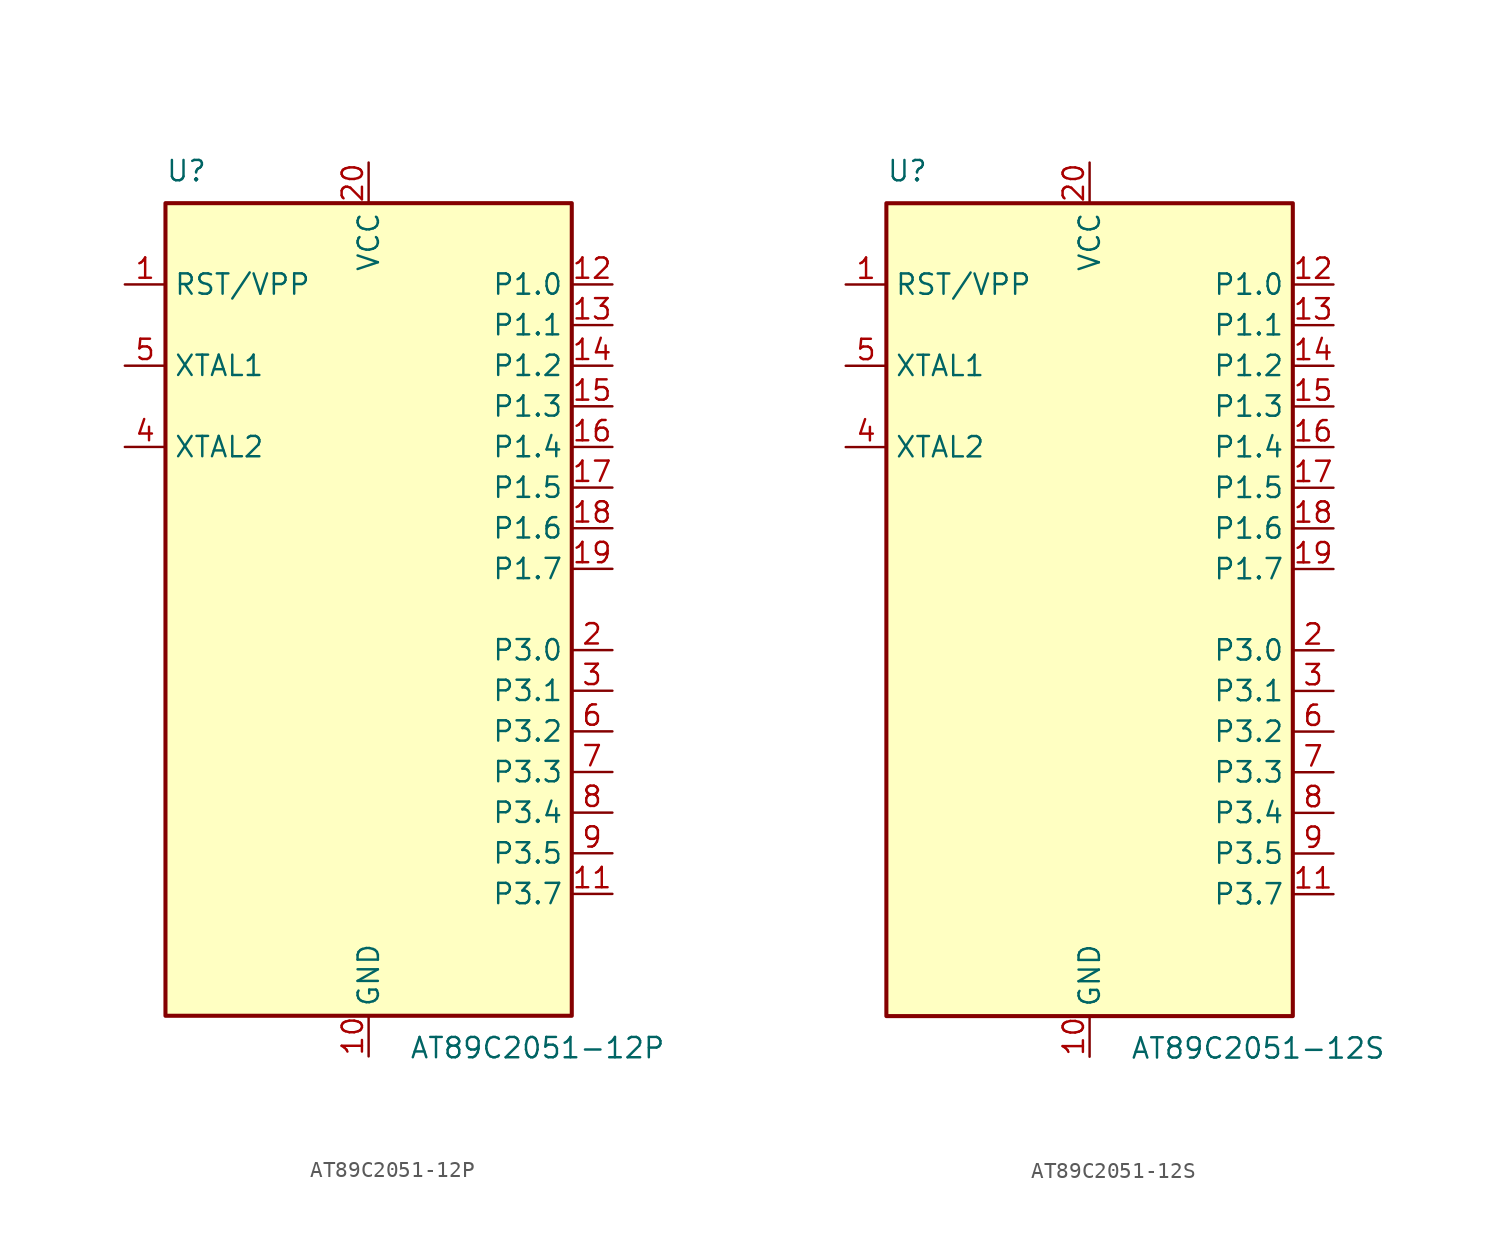
<source format=kicad_sym>
(kicad_symbol_lib
  (version 20241209)
  (generator "kicad_symbol_editor")
  (generator_version "9.0")
  (symbol "AT89C2051-12P"
    (property "Reference" "U"
      (at -12.7 26.67 0)
      (effects (font (size 1.27 1.27)) (justify left bottom)))
    (property "Value" "AT89C2051-12P"
      (at 2.54 -26.67 0)
      (effects (font (size 1.27 1.27)) (justify left top)))
    (symbol "AT89C2051-12P_0_1"
      (rectangle (start -12.7 -25.4) (end 12.7 25.4) (stroke (width 0.254) (type default)) (fill (type background))))
    (symbol "AT89C2051-12P_1_1"
      (pin input line (at -15.24 20.32 0) (length 2.54) (name "RST/VPP" (effects (font (size 1.27 1.27)))) (number "1" (effects (font (size 1.27 1.27)))))
      (pin input line (at -15.24 15.24 0) (length 2.54) (name "XTAL1" (effects (font (size 1.27 1.27)))) (number "5" (effects (font (size 1.27 1.27)))))
      (pin output line (at -15.24 10.16 0) (length 2.54) (name "XTAL2" (effects (font (size 1.27 1.27)))) (number "4" (effects (font (size 1.27 1.27)))))
      (pin power_in line (at 0 27.94 270) (length 2.54) (name "VCC" (effects (font (size 1.27 1.27)))) (number "20" (effects (font (size 1.27 1.27)))))
      (pin power_in line (at 0 -27.94 90) (length 2.54) (name "GND" (effects (font (size 1.27 1.27)))) (number "10" (effects (font (size 1.27 1.27)))))
      (pin bidirectional line (at 15.24 20.32 180) (length 2.54) (name "P1.0" (effects (font (size 1.27 1.27)))) (number "12" (effects (font (size 1.27 1.27)))))
      (pin bidirectional line (at 15.24 17.78 180) (length 2.54) (name "P1.1" (effects (font (size 1.27 1.27)))) (number "13" (effects (font (size 1.27 1.27)))))
      (pin bidirectional line (at 15.24 15.24 180) (length 2.54) (name "P1.2" (effects (font (size 1.27 1.27)))) (number "14" (effects (font (size 1.27 1.27)))))
      (pin bidirectional line (at 15.24 12.7 180) (length 2.54) (name "P1.3" (effects (font (size 1.27 1.27)))) (number "15" (effects (font (size 1.27 1.27)))))
      (pin bidirectional line (at 15.24 10.16 180) (length 2.54) (name "P1.4" (effects (font (size 1.27 1.27)))) (number "16" (effects (font (size 1.27 1.27)))))
      (pin bidirectional line (at 15.24 7.62 180) (length 2.54) (name "P1.5" (effects (font (size 1.27 1.27)))) (number "17" (effects (font (size 1.27 1.27)))))
      (pin bidirectional line (at 15.24 5.08 180) (length 2.54) (name "P1.6" (effects (font (size 1.27 1.27)))) (number "18" (effects (font (size 1.27 1.27)))))
      (pin bidirectional line (at 15.24 2.54 180) (length 2.54) (name "P1.7" (effects (font (size 1.27 1.27)))) (number "19" (effects (font (size 1.27 1.27)))))
      (pin bidirectional line (at 15.24 -2.54 180) (length 2.54) (name "P3.0" (effects (font (size 1.27 1.27)))) (number "2" (effects (font (size 1.27 1.27)))))
      (pin bidirectional line (at 15.24 -5.08 180) (length 2.54) (name "P3.1" (effects (font (size 1.27 1.27)))) (number "3" (effects (font (size 1.27 1.27)))))
      (pin bidirectional line (at 15.24 -7.62 180) (length 2.54) (name "P3.2" (effects (font (size 1.27 1.27)))) (number "6" (effects (font (size 1.27 1.27)))))
      (pin bidirectional line (at 15.24 -10.16 180) (length 2.54) (name "P3.3" (effects (font (size 1.27 1.27)))) (number "7" (effects (font (size 1.27 1.27)))))
      (pin bidirectional line (at 15.24 -12.7 180) (length 2.54) (name "P3.4" (effects (font (size 1.27 1.27)))) (number "8" (effects (font (size 1.27 1.27)))))
      (pin bidirectional line (at 15.24 -15.24 180) (length 2.54) (name "P3.5" (effects (font (size 1.27 1.27)))) (number "9" (effects (font (size 1.27 1.27)))))
      (pin bidirectional line (at 15.24 -17.78 180) (length 2.54) (name "P3.7" (effects (font (size 1.27 1.27)))) (number "11" (effects (font (size 1.27 1.27)))))))
  (symbol "AT89C2051-12S"
    (property "Reference" "U"
      (at -12.7 26.67 0)
      (effects (font (size 1.27 1.27)) (justify left bottom)))
    (property "Value" "AT89C2051-12S"
      (at 2.54 -26.67 0)
      (effects (font (size 1.27 1.27)) (justify left top)))
    (symbol "AT89C2051-12S_0_1"
      (rectangle (start -12.7 -25.4) (end 12.7 25.4) (stroke (width 0.254) (type default)) (fill (type background))))
    (symbol "AT89C2051-12S_1_1"
      (pin input line (at -15.24 20.32 0) (length 2.54) (name "RST/VPP" (effects (font (size 1.27 1.27)))) (number "1" (effects (font (size 1.27 1.27)))))
      (pin input line (at -15.24 15.24 0) (length 2.54) (name "XTAL1" (effects (font (size 1.27 1.27)))) (number "5" (effects (font (size 1.27 1.27)))))
      (pin output line (at -15.24 10.16 0) (length 2.54) (name "XTAL2" (effects (font (size 1.27 1.27)))) (number "4" (effects (font (size 1.27 1.27)))))
      (pin power_in line (at 0 27.94 270) (length 2.54) (name "VCC" (effects (font (size 1.27 1.27)))) (number "20" (effects (font (size 1.27 1.27)))))
      (pin power_in line (at 0 -27.94 90) (length 2.54) (name "GND" (effects (font (size 1.27 1.27)))) (number "10" (effects (font (size 1.27 1.27)))))
      (pin bidirectional line (at 15.24 20.32 180) (length 2.54) (name "P1.0" (effects (font (size 1.27 1.27)))) (number "12" (effects (font (size 1.27 1.27)))))
      (pin bidirectional line (at 15.24 17.78 180) (length 2.54) (name "P1.1" (effects (font (size 1.27 1.27)))) (number "13" (effects (font (size 1.27 1.27)))))
      (pin bidirectional line (at 15.24 15.24 180) (length 2.54) (name "P1.2" (effects (font (size 1.27 1.27)))) (number "14" (effects (font (size 1.27 1.27)))))
      (pin bidirectional line (at 15.24 12.7 180) (length 2.54) (name "P1.3" (effects (font (size 1.27 1.27)))) (number "15" (effects (font (size 1.27 1.27)))))
      (pin bidirectional line (at 15.24 10.16 180) (length 2.54) (name "P1.4" (effects (font (size 1.27 1.27)))) (number "16" (effects (font (size 1.27 1.27)))))
      (pin bidirectional line (at 15.24 7.62 180) (length 2.54) (name "P1.5" (effects (font (size 1.27 1.27)))) (number "17" (effects (font (size 1.27 1.27)))))
      (pin bidirectional line (at 15.24 5.08 180) (length 2.54) (name "P1.6" (effects (font (size 1.27 1.27)))) (number "18" (effects (font (size 1.27 1.27)))))
      (pin bidirectional line (at 15.24 2.54 180) (length 2.54) (name "P1.7" (effects (font (size 1.27 1.27)))) (number "19" (effects (font (size 1.27 1.27)))))
      (pin bidirectional line (at 15.24 -2.54 180) (length 2.54) (name "P3.0" (effects (font (size 1.27 1.27)))) (number "2" (effects (font (size 1.27 1.27)))))
      (pin bidirectional line (at 15.24 -5.08 180) (length 2.54) (name "P3.1" (effects (font (size 1.27 1.27)))) (number "3" (effects (font (size 1.27 1.27)))))
      (pin bidirectional line (at 15.24 -7.62 180) (length 2.54) (name "P3.2" (effects (font (size 1.27 1.27)))) (number "6" (effects (font (size 1.27 1.27)))))
      (pin bidirectional line (at 15.24 -10.16 180) (length 2.54) (name "P3.3" (effects (font (size 1.27 1.27)))) (number "7" (effects (font (size 1.27 1.27)))))
      (pin bidirectional line (at 15.24 -12.7 180) (length 2.54) (name "P3.4" (effects (font (size 1.27 1.27)))) (number "8" (effects (font (size 1.27 1.27)))))
      (pin bidirectional line (at 15.24 -15.24 180) (length 2.54) (name "P3.5" (effects (font (size 1.27 1.27)))) (number "9" (effects (font (size 1.27 1.27)))))
      (pin bidirectional line (at 15.24 -17.78 180) (length 2.54) (name "P3.7" (effects (font (size 1.27 1.27)))) (number "11" (effects (font (size 1.27 1.27))))))))
</source>
